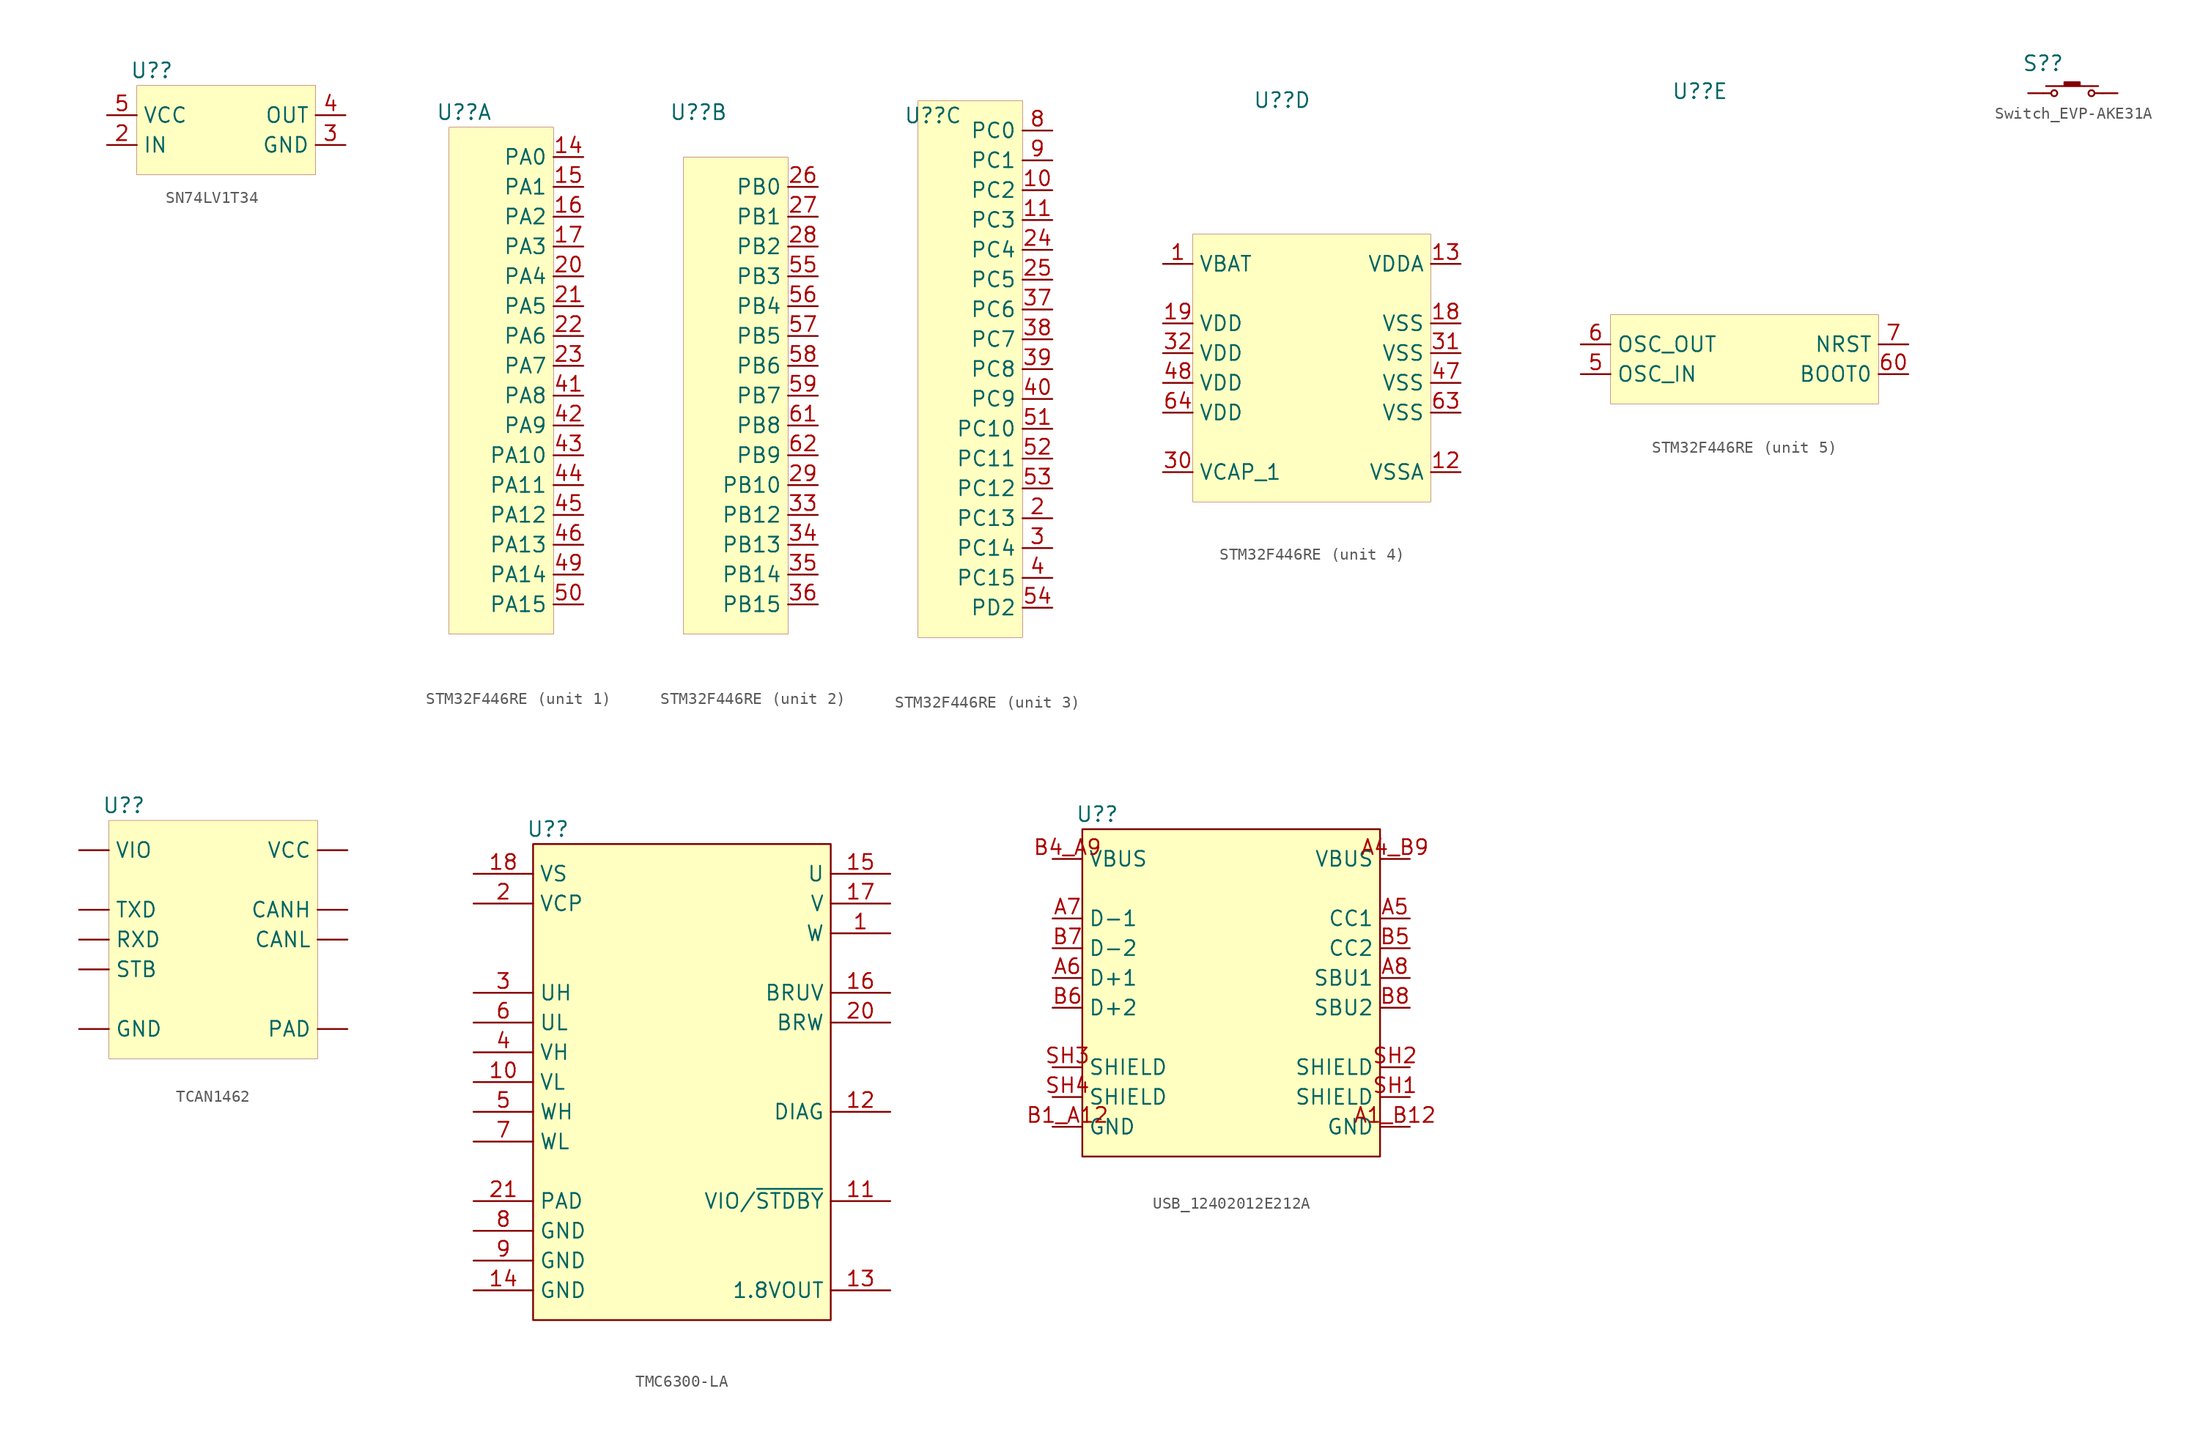
<source format=kicad_sym>
(kicad_symbol_lib
  (version 20241209)
  (generator "kicad_symbol_editor")
  (generator_version "9.0")
  (symbol "SN74LV1T34"
    (property "Reference" "U?"
      (at 6.35 3.81 0)
      (effects (font (size 1.27 1.27))))
    (property "Value" ""
      (at 0 0 0)
      (effects (font (size 1.27 1.27))))
    (symbol "SN74LV1T34_1_0"
      (rectangle (start 20.32 2.54) (end 5.08 -5.08) (stroke (width 0.025) (type solid) (color 128 0 0 1)) (fill (type background)))
      (pin passive line (at 2.54 0 0) (length 2.54) (name "VCC" (effects (font (size 1.27 1.27)))) (number "5" (effects (font (size 1.27 1.27)))))
      (pin passive line (at 2.54 -2.54 0) (length 2.54) (name "IN" (effects (font (size 1.27 1.27)))) (number "2" (effects (font (size 1.27 1.27)))))
      (pin passive line (at 22.86 0 180) (length 2.54) (name "OUT" (effects (font (size 1.27 1.27)))) (number "4" (effects (font (size 1.27 1.27)))))
      (pin passive line (at 22.86 -2.54 180) (length 2.54) (name "GND" (effects (font (size 1.27 1.27)))) (number "3" (effects (font (size 1.27 1.27)))))))
  (symbol "STM32F446RE"
    (property "Reference" "U?"
      (at -2.54 24.13 0)
      (effects (font (size 1.27 1.27))))
    (property "ki_locked" ""
      (at 0 0 0)
      (effects (font (size 1.27 1.27))))
    (symbol "STM32F446RE_1_0"
      (rectangle (start 5.08 22.86) (end -3.81 -20.32) (stroke (width 0.025) (type solid) (color 128 0 0 1)) (fill (type background)))
      (pin passive line (at 7.62 20.32 180) (length 2.54) (name "PA0" (effects (font (size 1.27 1.27)))) (number "14" (effects (font (size 1.27 1.27)))))
      (pin passive line (at 7.62 17.78 180) (length 2.54) (name "PA1" (effects (font (size 1.27 1.27)))) (number "15" (effects (font (size 1.27 1.27)))))
      (pin passive line (at 7.62 15.24 180) (length 2.54) (name "PA2" (effects (font (size 1.27 1.27)))) (number "16" (effects (font (size 1.27 1.27)))))
      (pin passive line (at 7.62 12.7 180) (length 2.54) (name "PA3" (effects (font (size 1.27 1.27)))) (number "17" (effects (font (size 1.27 1.27)))))
      (pin passive line (at 7.62 10.16 180) (length 2.54) (name "PA4" (effects (font (size 1.27 1.27)))) (number "20" (effects (font (size 1.27 1.27)))))
      (pin passive line (at 7.62 7.62 180) (length 2.54) (name "PA5" (effects (font (size 1.27 1.27)))) (number "21" (effects (font (size 1.27 1.27)))))
      (pin passive line (at 7.62 5.08 180) (length 2.54) (name "PA6" (effects (font (size 1.27 1.27)))) (number "22" (effects (font (size 1.27 1.27)))))
      (pin passive line (at 7.62 2.54 180) (length 2.54) (name "PA7" (effects (font (size 1.27 1.27)))) (number "23" (effects (font (size 1.27 1.27)))))
      (pin passive line (at 7.62 0 180) (length 2.54) (name "PA8" (effects (font (size 1.27 1.27)))) (number "41" (effects (font (size 1.27 1.27)))))
      (pin passive line (at 7.62 -2.54 180) (length 2.54) (name "PA9" (effects (font (size 1.27 1.27)))) (number "42" (effects (font (size 1.27 1.27)))))
      (pin passive line (at 7.62 -5.08 180) (length 2.54) (name "PA10" (effects (font (size 1.27 1.27)))) (number "43" (effects (font (size 1.27 1.27)))))
      (pin passive line (at 7.62 -7.62 180) (length 2.54) (name "PA11" (effects (font (size 1.27 1.27)))) (number "44" (effects (font (size 1.27 1.27)))))
      (pin passive line (at 7.62 -10.16 180) (length 2.54) (name "PA12" (effects (font (size 1.27 1.27)))) (number "45" (effects (font (size 1.27 1.27)))))
      (pin passive line (at 7.62 -12.7 180) (length 2.54) (name "PA13" (effects (font (size 1.27 1.27)))) (number "46" (effects (font (size 1.27 1.27)))))
      (pin passive line (at 7.62 -15.24 180) (length 2.54) (name "PA14" (effects (font (size 1.27 1.27)))) (number "49" (effects (font (size 1.27 1.27)))))
      (pin passive line (at 7.62 -17.78 180) (length 2.54) (name "PA15" (effects (font (size 1.27 1.27)))) (number "50" (effects (font (size 1.27 1.27))))))
    (symbol "STM32F446RE_2_0"
      (rectangle (start 5.08 20.32) (end -3.81 -20.32) (stroke (width 0.025) (type solid) (color 128 0 0 1)) (fill (type background)))
      (pin passive line (at 7.62 17.78 180) (length 2.54) (name "PB0" (effects (font (size 1.27 1.27)))) (number "26" (effects (font (size 1.27 1.27)))))
      (pin passive line (at 7.62 15.24 180) (length 2.54) (name "PB1" (effects (font (size 1.27 1.27)))) (number "27" (effects (font (size 1.27 1.27)))))
      (pin passive line (at 7.62 12.7 180) (length 2.54) (name "PB2" (effects (font (size 1.27 1.27)))) (number "28" (effects (font (size 1.27 1.27)))))
      (pin passive line (at 7.62 10.16 180) (length 2.54) (name "PB3" (effects (font (size 1.27 1.27)))) (number "55" (effects (font (size 1.27 1.27)))))
      (pin passive line (at 7.62 7.62 180) (length 2.54) (name "PB4" (effects (font (size 1.27 1.27)))) (number "56" (effects (font (size 1.27 1.27)))))
      (pin passive line (at 7.62 5.08 180) (length 2.54) (name "PB5" (effects (font (size 1.27 1.27)))) (number "57" (effects (font (size 1.27 1.27)))))
      (pin passive line (at 7.62 2.54 180) (length 2.54) (name "PB6" (effects (font (size 1.27 1.27)))) (number "58" (effects (font (size 1.27 1.27)))))
      (pin passive line (at 7.62 0 180) (length 2.54) (name "PB7" (effects (font (size 1.27 1.27)))) (number "59" (effects (font (size 1.27 1.27)))))
      (pin passive line (at 7.62 -2.54 180) (length 2.54) (name "PB8" (effects (font (size 1.27 1.27)))) (number "61" (effects (font (size 1.27 1.27)))))
      (pin passive line (at 7.62 -5.08 180) (length 2.54) (name "PB9" (effects (font (size 1.27 1.27)))) (number "62" (effects (font (size 1.27 1.27)))))
      (pin passive line (at 7.62 -7.62 180) (length 2.54) (name "PB10" (effects (font (size 1.27 1.27)))) (number "29" (effects (font (size 1.27 1.27)))))
      (pin passive line (at 7.62 -10.16 180) (length 2.54) (name "PB12" (effects (font (size 1.27 1.27)))) (number "33" (effects (font (size 1.27 1.27)))))
      (pin passive line (at 7.62 -12.7 180) (length 2.54) (name "PB13" (effects (font (size 1.27 1.27)))) (number "34" (effects (font (size 1.27 1.27)))))
      (pin passive line (at 7.62 -15.24 180) (length 2.54) (name "PB14" (effects (font (size 1.27 1.27)))) (number "35" (effects (font (size 1.27 1.27)))))
      (pin passive line (at 7.62 -17.78 180) (length 2.54) (name "PB15" (effects (font (size 1.27 1.27)))) (number "36" (effects (font (size 1.27 1.27))))))
    (symbol "STM32F446RE_3_0"
      (rectangle (start 5.08 25.4) (end -3.81 -20.32) (stroke (width 0.025) (type solid) (color 128 0 0 1)) (fill (type background)))
      (pin passive line (at 7.62 22.86 180) (length 2.54) (name "PC0" (effects (font (size 1.27 1.27)))) (number "8" (effects (font (size 1.27 1.27)))))
      (pin passive line (at 7.62 20.32 180) (length 2.54) (name "PC1" (effects (font (size 1.27 1.27)))) (number "9" (effects (font (size 1.27 1.27)))))
      (pin passive line (at 7.62 17.78 180) (length 2.54) (name "PC2" (effects (font (size 1.27 1.27)))) (number "10" (effects (font (size 1.27 1.27)))))
      (pin passive line (at 7.62 15.24 180) (length 2.54) (name "PC3" (effects (font (size 1.27 1.27)))) (number "11" (effects (font (size 1.27 1.27)))))
      (pin passive line (at 7.62 12.7 180) (length 2.54) (name "PC4" (effects (font (size 1.27 1.27)))) (number "24" (effects (font (size 1.27 1.27)))))
      (pin passive line (at 7.62 10.16 180) (length 2.54) (name "PC5" (effects (font (size 1.27 1.27)))) (number "25" (effects (font (size 1.27 1.27)))))
      (pin passive line (at 7.62 7.62 180) (length 2.54) (name "PC6" (effects (font (size 1.27 1.27)))) (number "37" (effects (font (size 1.27 1.27)))))
      (pin passive line (at 7.62 5.08 180) (length 2.54) (name "PC7" (effects (font (size 1.27 1.27)))) (number "38" (effects (font (size 1.27 1.27)))))
      (pin passive line (at 7.62 2.54 180) (length 2.54) (name "PC8" (effects (font (size 1.27 1.27)))) (number "39" (effects (font (size 1.27 1.27)))))
      (pin passive line (at 7.62 0 180) (length 2.54) (name "PC9" (effects (font (size 1.27 1.27)))) (number "40" (effects (font (size 1.27 1.27)))))
      (pin passive line (at 7.62 -2.54 180) (length 2.54) (name "PC10" (effects (font (size 1.27 1.27)))) (number "51" (effects (font (size 1.27 1.27)))))
      (pin passive line (at 7.62 -5.08 180) (length 2.54) (name "PC11" (effects (font (size 1.27 1.27)))) (number "52" (effects (font (size 1.27 1.27)))))
      (pin passive line (at 7.62 -7.62 180) (length 2.54) (name "PC12" (effects (font (size 1.27 1.27)))) (number "53" (effects (font (size 1.27 1.27)))))
      (pin passive line (at 7.62 -10.16 180) (length 2.54) (name "PC13" (effects (font (size 1.27 1.27)))) (number "2" (effects (font (size 1.27 1.27)))))
      (pin passive line (at 7.62 -12.7 180) (length 2.54) (name "PC14" (effects (font (size 1.27 1.27)))) (number "3" (effects (font (size 1.27 1.27)))))
      (pin passive line (at 7.62 -15.24 180) (length 2.54) (name "PC15" (effects (font (size 1.27 1.27)))) (number "4" (effects (font (size 1.27 1.27)))))
      (pin passive line (at 7.62 -17.78 180) (length 2.54) (name "PD2" (effects (font (size 1.27 1.27)))) (number "54" (effects (font (size 1.27 1.27))))))
    (symbol "STM32F446RE_4_0"
      (unit_name "Power")
      (rectangle (start 10.16 12.7) (end -10.16 -10.16) (stroke (width 0.025) (type solid) (color 128 0 0 1)) (fill (type background)))
      (pin passive line (at -12.7 10.16 0) (length 2.54) (name "VBAT" (effects (font (size 1.27 1.27)))) (number "1" (effects (font (size 1.27 1.27)))))
      (pin passive line (at -12.7 5.08 0) (length 2.54) (name "VDD" (effects (font (size 1.27 1.27)))) (number "19" (effects (font (size 1.27 1.27)))))
      (pin passive line (at -12.7 2.54 0) (length 2.54) (name "VDD" (effects (font (size 1.27 1.27)))) (number "32" (effects (font (size 1.27 1.27)))))
      (pin passive line (at -12.7 0 0) (length 2.54) (name "VDD" (effects (font (size 1.27 1.27)))) (number "48" (effects (font (size 1.27 1.27)))))
      (pin passive line (at -12.7 -2.54 0) (length 2.54) (name "VDD" (effects (font (size 1.27 1.27)))) (number "64" (effects (font (size 1.27 1.27)))))
      (pin passive line (at -12.7 -7.62 0) (length 2.54) (name "VCAP_1" (effects (font (size 1.27 1.27)))) (number "30" (effects (font (size 1.27 1.27)))))
      (pin passive line (at 12.7 10.16 180) (length 2.54) (name "VDDA" (effects (font (size 1.27 1.27)))) (number "13" (effects (font (size 1.27 1.27)))))
      (pin passive line (at 12.7 5.08 180) (length 2.54) (name "VSS" (effects (font (size 1.27 1.27)))) (number "18" (effects (font (size 1.27 1.27)))))
      (pin passive line (at 12.7 2.54 180) (length 2.54) (name "VSS" (effects (font (size 1.27 1.27)))) (number "31" (effects (font (size 1.27 1.27)))))
      (pin passive line (at 12.7 0 180) (length 2.54) (name "VSS" (effects (font (size 1.27 1.27)))) (number "47" (effects (font (size 1.27 1.27)))))
      (pin passive line (at 12.7 -2.54 180) (length 2.54) (name "VSS" (effects (font (size 1.27 1.27)))) (number "63" (effects (font (size 1.27 1.27)))))
      (pin passive line (at 12.7 -7.62 180) (length 2.54) (name "VSSA" (effects (font (size 1.27 1.27)))) (number "12" (effects (font (size 1.27 1.27))))))
    (symbol "STM32F446RE_5_0"
      (unit_name "OSC")
      (rectangle (start 12.7 5.08) (end -10.16 -2.54) (stroke (width 0.025) (type solid) (color 128 0 0 1)) (fill (type background)))
      (pin passive line (at -12.7 2.54 0) (length 2.54) (name "OSC_OUT" (effects (font (size 1.27 1.27)))) (number "6" (effects (font (size 1.27 1.27)))))
      (pin passive line (at -12.7 0 0) (length 2.54) (name "OSC_IN" (effects (font (size 1.27 1.27)))) (number "5" (effects (font (size 1.27 1.27)))))
      (pin passive line (at 15.24 2.54 180) (length 2.54) (name "NRST" (effects (font (size 1.27 1.27)))) (number "7" (effects (font (size 1.27 1.27)))))
      (pin passive line (at 15.24 0 180) (length 2.54) (name "BOOT0" (effects (font (size 1.27 1.27)))) (number "60" (effects (font (size 1.27 1.27)))))))
  (symbol "Switch_EVP-AKE31A"
    (pin_numbers
      (hide yes))
    (pin_names
      (hide yes))
    (property "Reference" "S?"
      (at -2.54 2.54 0)
      (effects (font (size 1.27 1.27))))
    (symbol "Switch_EVP-AKE31A_1_0"
      (polyline (pts (xy -2.54 0) (xy -1.905 0)) (stroke (width 0) (type solid)) (fill (type none)))
      (polyline (pts (xy -2.287 0.608) (xy 2.158 0.608)) (stroke (width 0) (type solid)) (fill (type none)))
      (circle (center -1.587 0) (radius 0.258) (stroke (width 0) (type solid)) (fill (type none)))
      (circle (center 1.588 0) (radius 0.258) (stroke (width 0) (type solid)) (fill (type none)))
      (polyline (pts (xy 2.54 0) (xy 1.905 0)) (stroke (width 0) (type solid)) (fill (type none)))
      (pin passive line (at -3.81 0 0) (length 1.27) (name "1" (effects (font (size 1.27 1.27)))) (number "1" (effects (font (size 1.27 1.27)))))
      (pin passive line (at 3.81 0 180) (length 1.27) (name "2" (effects (font (size 1.27 1.27)))) (number "2" (effects (font (size 1.27 1.27))))))
    (symbol "Switch_EVP-AKE31A_1_1"
      (rectangle (start -0.719 0.938) (end 0.59 0.645) (stroke (width 0) (type solid)) (fill (type outline)))))
  (symbol "TCAN1462"
    (pin_numbers
      (hide yes))
    (property "Reference" "U?"
      (at -6.35 11.43 0)
      (effects (font (size 1.27 1.27))))
    (property "Value" ""
      (at 0 0 0)
      (effects (font (size 1.27 1.27))))
    (symbol "TCAN1462_1_0"
      (rectangle (start 10.16 10.16) (end -7.62 -10.16) (stroke (width 0.025) (type solid) (color 128 0 0 1)) (fill (type background)))
      (pin passive line (at -10.16 7.62 0) (length 2.54) (name "VIO" (effects (font (size 1.27 1.27)))) (number "5" (effects (font (size 1.27 1.27)))))
      (pin passive line (at -10.16 2.54 0) (length 2.54) (name "TXD" (effects (font (size 1.27 1.27)))) (number "1" (effects (font (size 1.27 1.27)))))
      (pin passive line (at -10.16 0 0) (length 2.54) (name "RXD" (effects (font (size 1.27 1.27)))) (number "4" (effects (font (size 1.27 1.27)))))
      (pin passive line (at -10.16 -2.54 0) (length 2.54) (name "STB" (effects (font (size 1.27 1.27)))) (number "8" (effects (font (size 1.27 1.27)))))
      (pin passive line (at -10.16 -7.62 0) (length 2.54) (name "GND" (effects (font (size 1.27 1.27)))) (number "2" (effects (font (size 1.27 1.27)))))
      (pin passive line (at 12.7 7.62 180) (length 2.54) (name "VCC" (effects (font (size 1.27 1.27)))) (number "3" (effects (font (size 1.27 1.27)))))
      (pin passive line (at 12.7 2.54 180) (length 2.54) (name "CANH" (effects (font (size 1.27 1.27)))) (number "7" (effects (font (size 1.27 1.27)))))
      (pin passive line (at 12.7 0 180) (length 2.54) (name "CANL" (effects (font (size 1.27 1.27)))) (number "6" (effects (font (size 1.27 1.27)))))
      (pin passive line (at 12.7 -7.62 180) (length 2.54) (name "PAD" (effects (font (size 1.27 1.27)))) (number "PAD" (effects (font (size 1.27 1.27)))))))
  (symbol "TMC6300-LA"
    (property "Reference" "U?"
      (at -11.43 19.05 0)
      (effects (font (size 1.27 1.27))))
    (property "Value" ""
      (at 0 0 0)
      (effects (font (size 1.27 1.27))))
    (symbol "TMC6300-LA_1_0"
      (rectangle (start 12.7 17.78) (end -12.7 -22.86) (stroke (width 0) (type solid) (color 128 0 0 1)) (fill (type background)))
      (pin passive line (at -17.78 15.24 0) (length 5.08) (name "VS" (effects (font (size 1.27 1.27)))) (number "18" (effects (font (size 1.27 1.27)))))
      (pin passive line (at -17.78 12.7 0) (length 5.08) (name "VCP" (effects (font (size 1.27 1.27)))) (number "2" (effects (font (size 1.27 1.27)))))
      (pin passive line (at -17.78 5.08 0) (length 5.08) (name "UH" (effects (font (size 1.27 1.27)))) (number "3" (effects (font (size 1.27 1.27)))))
      (pin passive line (at -17.78 2.54 0) (length 5.08) (name "UL" (effects (font (size 1.27 1.27)))) (number "6" (effects (font (size 1.27 1.27)))))
      (pin passive line (at -17.78 0 0) (length 5.08) (name "VH" (effects (font (size 1.27 1.27)))) (number "4" (effects (font (size 1.27 1.27)))))
      (pin passive line (at -17.78 -2.54 0) (length 5.08) (name "VL" (effects (font (size 1.27 1.27)))) (number "10" (effects (font (size 1.27 1.27)))))
      (pin passive line (at -17.78 -5.08 0) (length 5.08) (name "WH" (effects (font (size 1.27 1.27)))) (number "5" (effects (font (size 1.27 1.27)))))
      (pin passive line (at -17.78 -7.62 0) (length 5.08) (name "WL" (effects (font (size 1.27 1.27)))) (number "7" (effects (font (size 1.27 1.27)))))
      (pin passive line (at -17.78 -12.7 0) (length 5.08) (name "PAD" (effects (font (size 1.27 1.27)))) (number "21" (effects (font (size 1.27 1.27)))))
      (pin passive line (at -17.78 -15.24 0) (length 5.08) (name "GND" (effects (font (size 1.27 1.27)))) (number "8" (effects (font (size 1.27 1.27)))))
      (pin passive line (at -17.78 -17.78 0) (length 5.08) (name "GND" (effects (font (size 1.27 1.27)))) (number "9" (effects (font (size 1.27 1.27)))))
      (pin passive line (at -17.78 -20.32 0) (length 5.08) (name "GND" (effects (font (size 1.27 1.27)))) (number "14" (effects (font (size 1.27 1.27)))))
      (pin passive line (at 17.78 15.24 180) (length 5.08) (name "U" (effects (font (size 1.27 1.27)))) (number "15" (effects (font (size 1.27 1.27)))))
      (pin passive line (at 17.78 12.7 180) (length 5.08) (name "V" (effects (font (size 1.27 1.27)))) (number "17" (effects (font (size 1.27 1.27)))))
      (pin passive line (at 17.78 10.16 180) (length 5.08) (name "W" (effects (font (size 1.27 1.27)))) (number "1" (effects (font (size 1.27 1.27)))))
      (pin passive line (at 17.78 5.08 180) (length 5.08) (name "BRUV" (effects (font (size 1.27 1.27)))) (number "16" (effects (font (size 1.27 1.27)))))
      (pin passive line (at 17.78 2.54 180) (length 5.08) (name "BRW" (effects (font (size 1.27 1.27)))) (number "20" (effects (font (size 1.27 1.27)))))
      (pin passive line (at 17.78 -5.08 180) (length 5.08) (name "DIAG" (effects (font (size 1.27 1.27)))) (number "12" (effects (font (size 1.27 1.27)))))
      (pin passive line (at 17.78 -12.7 180) (length 5.08) (name "VIO/~{STDBY}" (effects (font (size 1.27 1.27)))) (number "11" (effects (font (size 1.27 1.27)))))
      (pin passive line (at 17.78 -20.32 180) (length 5.08) (name "1.8VOUT" (effects (font (size 1.27 1.27)))) (number "13" (effects (font (size 1.27 1.27)))))))
  (symbol "USB_12402012E212A"
    (property "Reference" "U?"
      (at -11.43 13.97 0)
      (effects (font (size 1.27 1.27))))
    (property "Value" ""
      (at 0 0 0)
      (effects (font (size 1.27 1.27))))
    (symbol "USB_12402012E212A_1_0"
      (rectangle (start 12.7 12.7) (end -12.7 -15.24) (stroke (width 0) (type solid) (color 128 0 0 1)) (fill (type background)))
      (pin power_in line (at -15.24 10.16 0) (length 2.54) (name "VBUS" (effects (font (size 1.27 1.27)))) (number "B4_A9" (effects (font (size 1.27 1.27)))))
      (pin bidirectional line (at -15.24 5.08 0) (length 2.54) (name "D-1" (effects (font (size 1.27 1.27)))) (number "A7" (effects (font (size 1.27 1.27)))))
      (pin bidirectional line (at -15.24 2.54 0) (length 2.54) (name "D-2" (effects (font (size 1.27 1.27)))) (number "B7" (effects (font (size 1.27 1.27)))))
      (pin bidirectional line (at -15.24 0 0) (length 2.54) (name "D+1" (effects (font (size 1.27 1.27)))) (number "A6" (effects (font (size 1.27 1.27)))))
      (pin bidirectional line (at -15.24 -2.54 0) (length 2.54) (name "D+2" (effects (font (size 1.27 1.27)))) (number "B6" (effects (font (size 1.27 1.27)))))
      (pin passive line (at -15.24 -7.62 0) (length 2.54) (name "SHIELD" (effects (font (size 1.27 1.27)))) (number "SH3" (effects (font (size 1.27 1.27)))))
      (pin passive line (at -15.24 -10.16 0) (length 2.54) (name "SHIELD" (effects (font (size 1.27 1.27)))) (number "SH4" (effects (font (size 1.27 1.27)))))
      (pin power_in line (at -15.24 -12.7 0) (length 2.54) (name "GND" (effects (font (size 1.27 1.27)))) (number "B1_A12" (effects (font (size 1.27 1.27)))))
      (pin power_in line (at 15.24 10.16 180) (length 2.54) (name "VBUS" (effects (font (size 1.27 1.27)))) (number "A4_B9" (effects (font (size 1.27 1.27)))))
      (pin bidirectional line (at 15.24 5.08 180) (length 2.54) (name "CC1" (effects (font (size 1.27 1.27)))) (number "A5" (effects (font (size 1.27 1.27)))))
      (pin bidirectional line (at 15.24 2.54 180) (length 2.54) (name "CC2" (effects (font (size 1.27 1.27)))) (number "B5" (effects (font (size 1.27 1.27)))))
      (pin bidirectional line (at 15.24 0 180) (length 2.54) (name "SBU1" (effects (font (size 1.27 1.27)))) (number "A8" (effects (font (size 1.27 1.27)))))
      (pin bidirectional line (at 15.24 -2.54 180) (length 2.54) (name "SBU2" (effects (font (size 1.27 1.27)))) (number "B8" (effects (font (size 1.27 1.27)))))
      (pin passive line (at 15.24 -7.62 180) (length 2.54) (name "SHIELD" (effects (font (size 1.27 1.27)))) (number "SH2" (effects (font (size 1.27 1.27)))))
      (pin passive line (at 15.24 -10.16 180) (length 2.54) (name "SHIELD" (effects (font (size 1.27 1.27)))) (number "SH1" (effects (font (size 1.27 1.27)))))
      (pin power_in line (at 15.24 -12.7 180) (length 2.54) (name "GND" (effects (font (size 1.27 1.27)))) (number "A1_B12" (effects (font (size 1.27 1.27))))))))
</source>
